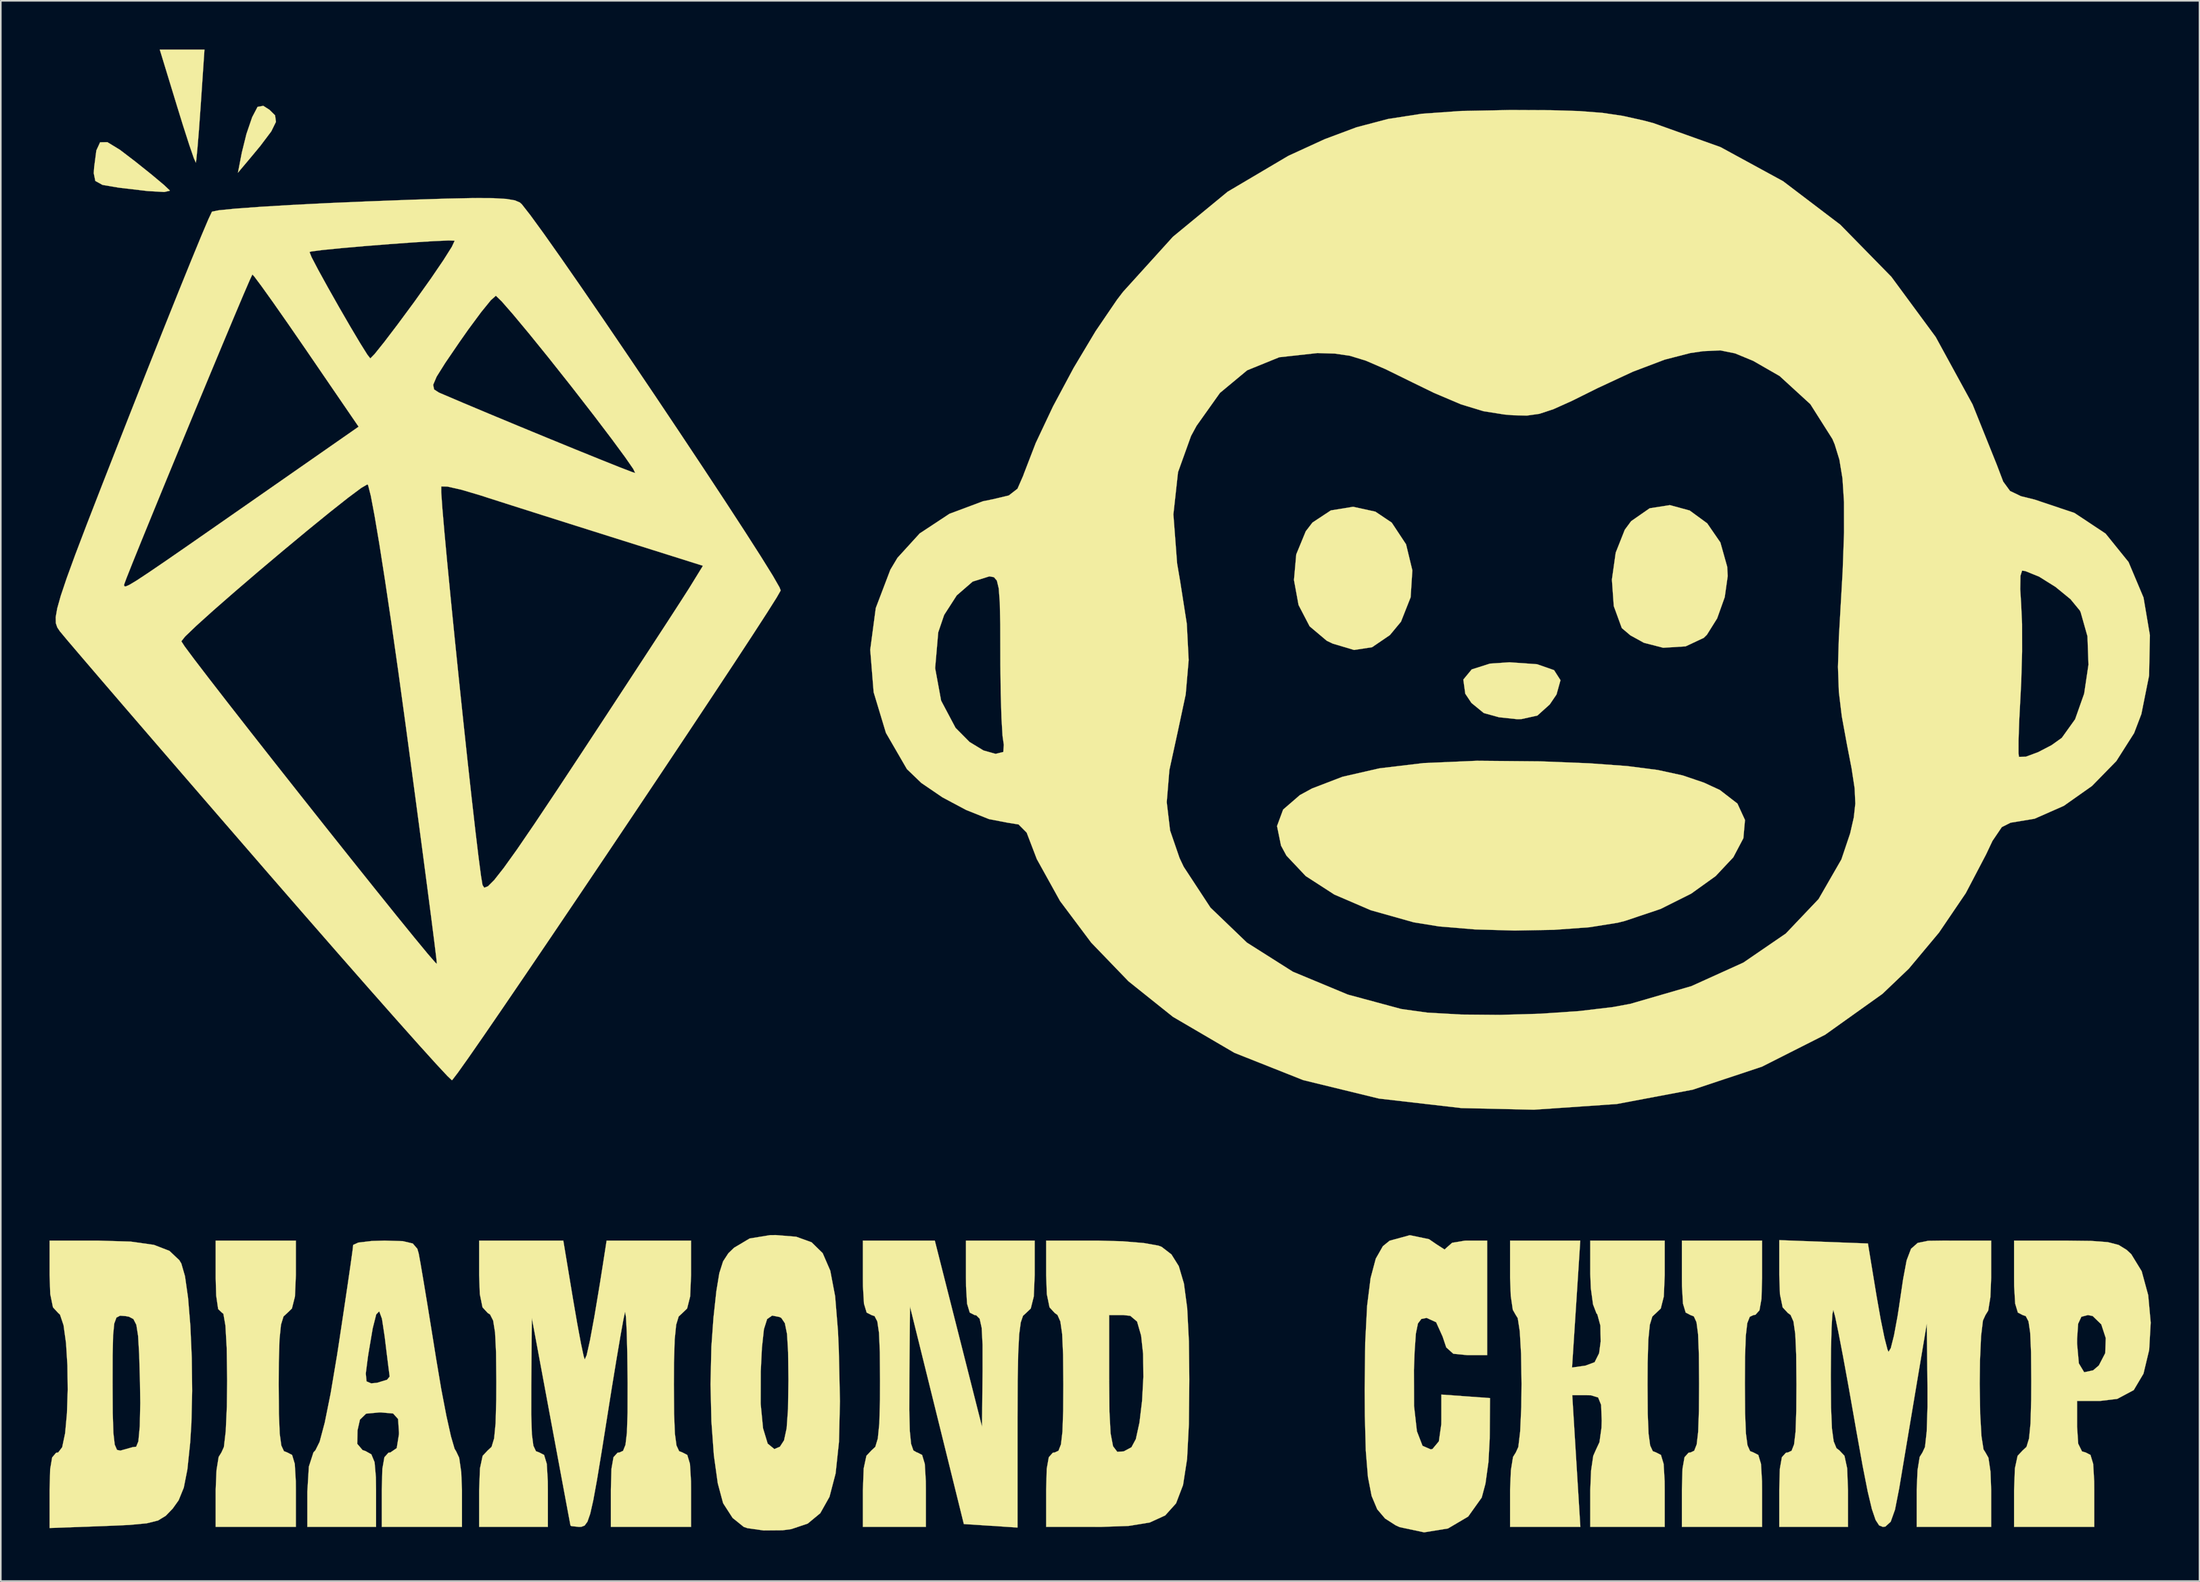
<source format=kicad_pcb>
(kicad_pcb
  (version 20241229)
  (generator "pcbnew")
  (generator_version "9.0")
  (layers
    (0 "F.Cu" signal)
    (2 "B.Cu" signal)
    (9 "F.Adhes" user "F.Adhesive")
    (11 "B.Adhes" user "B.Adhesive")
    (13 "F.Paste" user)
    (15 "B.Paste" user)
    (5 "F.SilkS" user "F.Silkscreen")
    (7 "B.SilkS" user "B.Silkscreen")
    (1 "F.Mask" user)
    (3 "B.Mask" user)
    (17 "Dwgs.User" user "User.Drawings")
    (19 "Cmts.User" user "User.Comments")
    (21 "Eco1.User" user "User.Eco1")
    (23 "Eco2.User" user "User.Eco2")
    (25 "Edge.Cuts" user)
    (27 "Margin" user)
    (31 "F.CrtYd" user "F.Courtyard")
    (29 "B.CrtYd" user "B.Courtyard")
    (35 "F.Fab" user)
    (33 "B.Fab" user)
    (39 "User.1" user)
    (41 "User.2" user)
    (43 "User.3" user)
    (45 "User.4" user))
  (footprint "dc_"
    (layer "F.Cu")
    (at 64.563 45.513)
    (property "Reference" "dc_" (at 0 0 0) (layer "F.SilkS") (effects (font (size 1.524 1.524) (thickness 0.3))))
    (attr through_hole)
    (fp_poly (pts (xy -55.251 -42.069) (xy -55.356 -40.597) (xy -55.452 -39.421) (xy -55.524 -38.697) (xy -55.551 -38.542) (xy -55.674 -38.82) (xy -55.955 -39.637) (xy -56.348 -40.86) (xy -56.695 -41.982) (xy -57.772 -45.508) (xy -55.019 -45.508) (xy -55.251 -42.069)) (stroke (width 0.01) (type solid)) (fill yes) (layer "F.SilkS"))
    (fp_poly (pts (xy -51.015 -41.799) (xy -50.67 -41.458) (xy -50.615 -41.057) (xy -50.903 -40.469) (xy -51.584 -39.566) (xy -52.215 -38.806) (xy -52.957 -37.924) (xy -52.719 -39.158) (xy -52.432 -40.316) (xy -52.081 -41.344) (xy -51.748 -41.98) (xy -51.396 -42.043) (xy -51.015 -41.799)) (stroke (width 0.01) (type solid)) (fill yes) (layer "F.SilkS"))
    (fp_poly (pts (xy -60.225 -39.333) (xy -59.268 -38.602) (xy -58.261 -37.795) (xy -57.513 -37.168) (xy -57.161 -36.835) (xy -57.15 -36.813) (xy -57.494 -36.734) (xy -58.52 -36.793) (xy -60.217 -36.992) (xy -60.325 -37.006) (xy -61.296 -37.17) (xy -61.742 -37.415) (xy -61.839 -37.894) (xy -61.812 -38.276) (xy -61.679 -39.293) (xy -61.447 -39.798) (xy -61.001 -39.806) (xy -60.225 -39.333)) (stroke (width 0.01) (type solid)) (fill yes) (layer "F.SilkS"))
    (fp_poly (pts (xy 27.065 -7.641) (xy 28.11 -7.276) (xy 28.506 -6.657) (xy 28.261 -5.777) (xy 27.844 -5.163) (xy 27.082 -4.478) (xy 26.091 -4.259) (xy 25.815 -4.257) (xy 24.721 -4.373) (xy 23.815 -4.623) (xy 23.765 -4.646) (xy 23.02 -5.256) (xy 22.641 -5.823) (xy 22.52 -6.695) (xy 23.038 -7.322) (xy 24.165 -7.68) (xy 25.363 -7.761) (xy 27.065 -7.641)) (stroke (width 0.01) (type solid)) (fill yes) (layer "F.SilkS"))
    (fp_poly (pts (xy 17.105 -17.041) (xy 18.111 -16.365) (xy 18.994 -15.028) (xy 19.381 -13.424) (xy 19.275 -11.764) (xy 18.681 -10.261) (xy 17.998 -9.437) (xy 16.901 -8.689) (xy 15.793 -8.519) (xy 14.476 -8.911) (xy 14.111 -9.085) (xy 13.053 -9.977) (xy 12.371 -11.289) (xy 12.089 -12.829) (xy 12.229 -14.408) (xy 12.815 -15.832) (xy 13.229 -16.371) (xy 14.361 -17.118) (xy 15.732 -17.341) (xy 17.105 -17.041)) (stroke (width 0.01) (type solid)) (fill yes) (layer "F.SilkS"))
    (fp_poly (pts (xy 36.464 -17.111) (xy 37.543 -16.321) (xy 38.354 -15.143) (xy 38.774 -13.648) (xy 38.806 -13.076) (xy 38.623 -11.776) (xy 38.155 -10.464) (xy 37.523 -9.454) (xy 37.327 -9.263) (xy 36.211 -8.741) (xy 34.833 -8.655) (xy 33.644 -8.961) (xy 32.812 -9.419) (xy 32.291 -9.86) (xy 32.275 -9.885) (xy 31.787 -11.224) (xy 31.672 -12.857) (xy 31.906 -14.514) (xy 32.466 -15.928) (xy 32.858 -16.457) (xy 33.998 -17.249) (xy 35.241 -17.444) (xy 36.464 -17.111)) (stroke (width 0.01) (type solid)) (fill yes) (layer "F.SilkS"))
    (fp_poly (pts (xy 27.244 -1.658) (xy 27.34 -1.655) (xy 30.269 -1.538) (xy 32.613 -1.368) (xy 34.493 -1.126) (xy 36.029 -0.792) (xy 37.342 -0.346) (xy 38.322 0.108) (xy 39.404 0.944) (xy 39.87 1.956) (xy 39.77 3.08) (xy 39.151 4.253) (xy 38.063 5.412) (xy 36.553 6.495) (xy 34.671 7.437) (xy 32.465 8.177) (xy 32.021 8.288) (xy 30.296 8.563) (xy 28.104 8.723) (xy 25.675 8.767) (xy 23.238 8.697) (xy 21.023 8.512) (xy 19.466 8.26) (xy 16.822 7.516) (xy 14.575 6.549) (xy 12.813 5.41) (xy 11.625 4.151) (xy 11.291 3.533) (xy 11.045 2.33) (xy 11.421 1.313) (xy 12.451 0.422) (xy 13.198 0.015) (xy 15.077 -0.707) (xy 17.348 -1.227) (xy 20.084 -1.553) (xy 23.359 -1.693) (xy 27.244 -1.658)) (stroke (width 0.01) (type solid)) (fill yes) (layer "F.SilkS"))
    (fp_poly (pts (xy -49.389 29.997) (xy -49.445 31.312) (xy -49.632 32.054) (xy -49.918 32.328) (xy -50.15 32.543) (xy -50.306 33.053) (xy -50.398 33.967) (xy -50.44 35.399) (xy -50.447 36.727) (xy -50.434 38.543) (xy -50.384 39.762) (xy -50.285 40.492) (xy -50.123 40.842) (xy -49.918 40.922) (xy -49.621 41.075) (xy -49.456 41.622) (xy -49.393 42.695) (xy -49.389 43.215) (xy -49.389 45.508) (xy -54.328 45.508) (xy -54.328 43.215) (xy -54.278 42.017) (xy -54.146 41.197) (xy -53.975 40.922) (xy -53.822 40.583) (xy -53.709 39.614) (xy -53.64 38.093) (xy -53.622 36.492) (xy -53.649 34.488) (xy -53.727 33.108) (xy -53.853 32.381) (xy -53.975 32.279) (xy -54.176 32.086) (xy -54.297 31.257) (xy -54.328 30.183) (xy -54.328 27.869) (xy -49.389 27.869) (xy -49.389 29.997)) (stroke (width 0.01) (type solid)) (fill yes) (layer "F.SilkS"))
    (fp_poly (pts (xy 40.922 30.163) (xy 40.887 31.449) (xy 40.761 32.164) (xy 40.513 32.439) (xy 40.393 32.456) (xy 40.165 32.562) (xy 40.011 32.952) (xy 39.919 33.735) (xy 39.874 35.017) (xy 39.864 36.689) (xy 39.877 38.514) (xy 39.926 39.742) (xy 40.024 40.481) (xy 40.184 40.838) (xy 40.393 40.922) (xy 40.69 41.075) (xy 40.855 41.622) (xy 40.918 42.695) (xy 40.922 43.215) (xy 40.922 45.508) (xy 35.983 45.508) (xy 35.983 43.215) (xy 36.019 41.929) (xy 36.145 41.214) (xy 36.392 40.939) (xy 36.513 40.922) (xy 36.741 40.816) (xy 36.894 40.426) (xy 36.986 39.643) (xy 37.031 38.36) (xy 37.042 36.689) (xy 37.028 34.864) (xy 36.98 33.636) (xy 36.882 32.897) (xy 36.721 32.54) (xy 36.513 32.456) (xy 36.216 32.302) (xy 36.051 31.755) (xy 35.987 30.683) (xy 35.983 30.163) (xy 35.983 27.869) (xy 40.922 27.869) (xy 40.922 30.163)) (stroke (width 0.01) (type solid)) (fill yes) (layer "F.SilkS"))
    (fp_poly (pts (xy 20.406 27.781) (xy 20.874 28.101) (xy 21.366 28.417) (xy 21.519 28.277) (xy 21.832 28.002) (xy 22.619 27.872) (xy 22.754 27.869) (xy 23.989 27.869) (xy 23.989 34.925) (xy 22.764 34.925) (xy 21.905 34.841) (xy 21.469 34.45) (xy 21.243 33.778) (xy 20.845 32.898) (xy 20.262 32.632) (xy 19.936 32.695) (xy 19.725 32.974) (xy 19.597 33.601) (xy 19.52 34.708) (xy 19.478 35.839) (xy 19.485 38.054) (xy 19.662 39.615) (xy 20.008 40.511) (xy 20.52 40.733) (xy 20.626 40.701) (xy 21.013 40.237) (xy 21.163 39.186) (xy 21.167 38.924) (xy 21.167 37.354) (xy 22.666 37.462) (xy 24.165 37.571) (xy 24.146 40.066) (xy 24.068 41.512) (xy 23.885 42.838) (xy 23.655 43.699) (xy 22.82 44.87) (xy 21.576 45.604) (xy 20.107 45.842) (xy 18.599 45.522) (xy 18.344 45.405) (xy 17.699 44.99) (xy 17.216 44.421) (xy 16.872 43.601) (xy 16.645 42.431) (xy 16.513 40.812) (xy 16.454 38.646) (xy 16.444 37.042) (xy 16.477 34.143) (xy 16.595 31.879) (xy 16.808 30.181) (xy 17.127 28.981) (xy 17.565 28.212) (xy 17.98 27.875) (xy 19.226 27.535) (xy 20.406 27.781)) (stroke (width 0.01) (type solid)) (fill yes) (layer "F.SilkS"))
    (fp_poly (pts (xy -18.57 27.63) (xy -17.624 27.972) (xy -16.94 28.641) (xy -16.472 29.721) (xy -16.173 31.296) (xy -15.997 33.451) (xy -15.946 34.62) (xy -15.877 37.76) (xy -15.936 40.268) (xy -16.143 42.211) (xy -16.52 43.653) (xy -17.087 44.663) (xy -17.863 45.304) (xy -18.871 45.643) (xy -19.414 45.716) (xy -20.581 45.726) (xy -21.579 45.584) (xy -21.8 45.51) (xy -22.488 44.955) (xy -23.056 44.075) (xy -23.082 44.015) (xy -23.402 42.821) (xy -23.642 41.095) (xy -23.794 39.006) (xy -23.819 37.93) (xy -20.759 37.93) (xy -20.613 39.432) (xy -20.327 40.376) (xy -19.917 40.712) (xy -19.573 40.565) (xy -19.321 40.176) (xy -19.16 39.432) (xy -19.074 38.217) (xy -19.05 36.458) (xy -19.069 34.748) (xy -19.136 33.622) (xy -19.27 32.958) (xy -19.486 32.636) (xy -19.594 32.577) (xy -20.052 32.487) (xy -20.361 32.703) (xy -20.559 33.328) (xy -20.682 34.466) (xy -20.754 35.924) (xy -20.759 37.93) (xy -23.819 37.93) (xy -23.848 36.723) (xy -23.796 34.417) (xy -23.668 32.632) (xy -23.489 30.981) (xy -23.307 29.874) (xy -23.077 29.15) (xy -22.75 28.648) (xy -22.401 28.31) (xy -21.438 27.737) (xy -20.181 27.532) (xy -19.824 27.528) (xy -18.57 27.63)) (stroke (width 0.01) (type solid)) (fill yes) (layer "F.SilkS"))
    (fp_poly (pts (xy 1.536 27.91) (xy 2.842 28.019) (xy 3.735 28.177) (xy 3.934 28.251) (xy 4.542 28.719) (xy 4.995 29.443) (xy 5.312 30.516) (xy 5.513 32.028) (xy 5.617 34.07) (xy 5.642 36.413) (xy 5.616 39.182) (xy 5.505 41.327) (xy 5.258 42.925) (xy 4.826 44.057) (xy 4.157 44.801) (xy 3.2 45.238) (xy 1.906 45.447) (xy 0.223 45.507) (xy -0.159 45.508) (xy -3.175 45.508) (xy -3.175 43.215) (xy -3.14 41.929) (xy -3.013 41.214) (xy -2.766 40.939) (xy -2.646 40.922) (xy -2.417 40.816) (xy -2.263 40.424) (xy -2.171 39.638) (xy -2.127 38.35) (xy -2.117 36.727) (xy -2.133 34.879) (xy -2.189 33.624) (xy -2.3 32.851) (xy -2.475 32.456) (xy 0.706 32.456) (xy 0.706 36.454) (xy 0.723 38.408) (xy 0.794 39.742) (xy 0.945 40.538) (xy 1.206 40.881) (xy 1.604 40.855) (xy 2.079 40.6) (xy 2.349 40.097) (xy 2.572 39.08) (xy 2.733 37.739) (xy 2.813 36.266) (xy 2.797 34.851) (xy 2.674 33.719) (xy 2.425 32.856) (xy 2.007 32.503) (xy 1.572 32.456) (xy 0.706 32.456) (xy -2.475 32.456) (xy -2.479 32.448) (xy -2.646 32.328) (xy -2.968 31.979) (xy -3.134 31.164) (xy -3.175 29.997) (xy -3.175 27.869) (xy 0.023 27.869) (xy 1.536 27.91)) (stroke (width 0.01) (type solid)) (fill yes) (layer "F.SilkS"))
    (fp_poly (pts (xy 61.189 27.887) (xy 62.213 27.963) (xy 62.883 28.135) (xy 63.374 28.438) (xy 63.661 28.704) (xy 64.304 29.754) (xy 64.706 31.232) (xy 64.86 32.922) (xy 64.765 34.606) (xy 64.415 36.067) (xy 63.815 37.079) (xy 62.799 37.621) (xy 61.736 37.747) (xy 60.325 37.747) (xy 60.325 39.335) (xy 60.394 40.381) (xy 60.63 40.858) (xy 60.854 40.922) (xy 61.151 41.075) (xy 61.316 41.622) (xy 61.379 42.695) (xy 61.383 43.215) (xy 61.383 45.508) (xy 56.444 45.508) (xy 56.444 43.253) (xy 56.494 41.904) (xy 56.661 41.127) (xy 56.973 40.795) (xy 56.974 40.795) (xy 57.209 40.576) (xy 57.366 40.058) (xy 57.457 39.127) (xy 57.497 37.672) (xy 57.503 36.524) (xy 57.489 34.739) (xy 57.466 34.219) (xy 60.325 34.219) (xy 60.434 35.434) (xy 60.762 35.98) (xy 61.313 35.861) (xy 61.666 35.56) (xy 62.059 34.801) (xy 62.091 33.875) (xy 61.815 33.03) (xy 61.284 32.515) (xy 60.993 32.456) (xy 60.59 32.561) (xy 60.39 32.99) (xy 60.327 33.912) (xy 60.325 34.219) (xy 57.466 34.219) (xy 57.437 33.55) (xy 57.333 32.847) (xy 57.163 32.52) (xy 56.974 32.456) (xy 56.677 32.302) (xy 56.512 31.755) (xy 56.448 30.683) (xy 56.444 30.163) (xy 56.444 27.869) (xy 59.635 27.869) (xy 61.189 27.887)) (stroke (width 0.01) (type solid)) (fill yes) (layer "F.SilkS"))
    (fp_poly (pts (xy -8.579 33.602) (xy -7.126 39.335) (xy -7.091 35.895) (xy -7.092 34.277) (xy -7.146 33.245) (xy -7.271 32.682) (xy -7.483 32.469) (xy -7.585 32.456) (xy -7.882 32.302) (xy -8.047 31.755) (xy -8.11 30.683) (xy -8.114 30.163) (xy -8.114 27.869) (xy -3.881 27.869) (xy -3.881 29.997) (xy -3.937 31.312) (xy -4.123 32.054) (xy -4.41 32.328) (xy -4.6 32.5) (xy -4.74 32.911) (xy -4.837 33.652) (xy -4.897 34.814) (xy -4.929 36.489) (xy -4.939 38.768) (xy -4.939 39.039) (xy -4.939 45.547) (xy -6.592 45.439) (xy -8.245 45.332) (xy -9.903 38.629) (xy -11.562 31.926) (xy -11.602 36.424) (xy -11.607 38.311) (xy -11.574 39.598) (xy -11.494 40.392) (xy -11.352 40.797) (xy -11.14 40.921) (xy -11.113 40.922) (xy -10.816 41.075) (xy -10.651 41.622) (xy -10.587 42.695) (xy -10.583 43.215) (xy -10.583 45.508) (xy -14.464 45.508) (xy -14.464 43.253) (xy -14.414 41.904) (xy -14.247 41.127) (xy -13.936 40.795) (xy -13.935 40.795) (xy -13.699 40.576) (xy -13.543 40.058) (xy -13.451 39.127) (xy -13.411 37.672) (xy -13.406 36.524) (xy -13.42 34.739) (xy -13.471 33.55) (xy -13.575 32.847) (xy -13.745 32.52) (xy -13.935 32.456) (xy -14.232 32.302) (xy -14.397 31.755) (xy -14.46 30.683) (xy -14.464 30.163) (xy -14.464 27.869) (xy -10.033 27.869) (xy -8.579 33.602)) (stroke (width 0.01) (type solid)) (fill yes) (layer "F.SilkS"))
    (fp_poly (pts (xy 29.471 31.779) (xy 29.217 35.688) (xy 30.043 35.571) (xy 30.606 35.362) (xy 30.884 34.809) (xy 30.98 34.085) (xy 30.963 33.107) (xy 30.777 32.421) (xy 30.716 32.339) (xy 30.51 31.8) (xy 30.374 30.804) (xy 30.339 29.916) (xy 30.339 27.869) (xy 34.925 27.869) (xy 34.925 29.997) (xy 34.869 31.312) (xy 34.682 32.054) (xy 34.396 32.328) (xy 34.164 32.543) (xy 34.008 33.053) (xy 33.916 33.967) (xy 33.874 35.399) (xy 33.867 36.727) (xy 33.88 38.543) (xy 33.93 39.762) (xy 34.029 40.492) (xy 34.191 40.842) (xy 34.396 40.922) (xy 34.693 41.075) (xy 34.858 41.622) (xy 34.921 42.695) (xy 34.925 43.215) (xy 34.925 45.508) (xy 30.339 45.508) (xy 30.339 43.236) (xy 30.39 42.032) (xy 30.523 41.129) (xy 30.692 40.746) (xy 30.906 40.289) (xy 31.031 39.394) (xy 31.044 38.961) (xy 31.008 37.99) (xy 30.824 37.534) (xy 30.383 37.4) (xy 30.137 37.394) (xy 29.23 37.394) (xy 29.479 41.451) (xy 29.729 45.508) (xy 25.4 45.508) (xy 25.4 43.215) (xy 25.45 42.017) (xy 25.582 41.197) (xy 25.753 40.922) (xy 25.908 40.583) (xy 26.022 39.62) (xy 26.09 38.114) (xy 26.106 36.689) (xy 26.077 34.831) (xy 25.997 33.456) (xy 25.872 32.645) (xy 25.753 32.456) (xy 25.568 32.132) (xy 25.442 31.273) (xy 25.4 30.163) (xy 25.4 27.869) (xy 29.724 27.869) (xy 29.471 31.779)) (stroke (width 0.01) (type solid)) (fill yes) (layer "F.SilkS"))
    (fp_poly (pts (xy -59.568 27.929) (xy -58.136 28.13) (xy -57.174 28.502) (xy -56.567 29.077) (xy -56.445 29.279) (xy -56.218 30.063) (xy -56.029 31.395) (xy -55.888 33.119) (xy -55.801 35.08) (xy -55.777 37.121) (xy -55.822 39.086) (xy -55.9 40.33) (xy -56.072 41.971) (xy -56.292 43.089) (xy -56.609 43.867) (xy -56.976 44.381) (xy -57.406 44.826) (xy -57.882 45.114) (xy -58.571 45.286) (xy -59.639 45.387) (xy -61.176 45.454) (xy -64.558 45.576) (xy -64.558 43.249) (xy -64.524 41.952) (xy -64.401 41.227) (xy -64.159 40.942) (xy -64.029 40.922) (xy -63.783 40.598) (xy -63.602 39.736) (xy -63.489 38.499) (xy -63.442 37.051) (xy -63.446 36.702) (xy -60.678 36.702) (xy -60.668 38.511) (xy -60.629 39.721) (xy -60.547 40.436) (xy -60.406 40.763) (xy -60.194 40.807) (xy -60.12 40.784) (xy -59.44 40.593) (xy -59.226 40.569) (xy -59.09 40.235) (xy -59.003 39.302) (xy -58.973 37.875) (xy -58.991 36.601) (xy -59.041 34.88) (xy -59.107 33.741) (xy -59.215 33.057) (xy -59.395 32.704) (xy -59.671 32.558) (xy -59.884 32.519) (xy -60.216 32.495) (xy -60.44 32.61) (xy -60.576 32.978) (xy -60.647 33.713) (xy -60.674 34.927) (xy -60.678 36.702) (xy -63.446 36.702) (xy -63.461 35.556) (xy -63.547 34.178) (xy -63.699 33.082) (xy -63.918 32.429) (xy -64.029 32.328) (xy -64.351 31.979) (xy -64.518 31.164) (xy -64.558 29.997) (xy -64.558 27.869) (xy -61.583 27.869) (xy -59.568 27.929)) (stroke (width 0.01) (type solid)) (fill yes) (layer "F.SilkS"))
    (fp_poly (pts (xy -42.799 27.902) (xy -42.187 28.047) (xy -41.906 28.375) (xy -41.823 28.663) (xy -41.711 29.273) (xy -41.513 30.442) (xy -41.251 32.03) (xy -40.949 33.898) (xy -40.757 35.101) (xy -40.436 37.009) (xy -40.12 38.656) (xy -39.838 39.922) (xy -39.614 40.689) (xy -39.511 40.863) (xy -39.329 41.249) (xy -39.202 42.14) (xy -39.158 43.245) (xy -39.158 45.508) (xy -44.097 45.508) (xy -44.097 43.215) (xy -44.062 41.929) (xy -43.936 41.214) (xy -43.688 40.939) (xy -43.568 40.922) (xy -43.177 40.654) (xy -43.04 39.8) (xy -43.039 39.688) (xy -43.094 38.86) (xy -43.4 38.52) (xy -44.165 38.453) (xy -44.234 38.453) (xy -45.063 38.531) (xy -45.442 38.899) (xy -45.591 39.558) (xy -45.609 40.388) (xy -45.281 40.773) (xy -45.101 40.834) (xy -44.739 41.038) (xy -44.54 41.521) (xy -44.46 42.446) (xy -44.45 43.256) (xy -44.45 45.508) (xy -48.683 45.508) (xy -48.683 43.342) (xy -48.589 41.794) (xy -48.307 40.918) (xy -48.184 40.785) (xy -47.925 40.263) (xy -47.611 39.084) (xy -47.25 37.294) (xy -47.042 36.058) (xy -45.083 36.058) (xy -45.036 36.541) (xy -44.751 36.664) (xy -44.388 36.629) (xy -43.773 36.441) (xy -43.611 36.243) (xy -43.673 35.774) (xy -43.792 34.824) (xy -43.92 33.773) (xy -44.086 32.684) (xy -44.254 32.225) (xy -44.439 32.414) (xy -44.655 33.269) (xy -44.916 34.807) (xy -44.953 35.048) (xy -45.083 36.058) (xy -47.042 36.058) (xy -46.854 34.937) (xy -46.77 34.396) (xy -46.471 32.415) (xy -46.213 30.678) (xy -46.013 29.306) (xy -45.89 28.417) (xy -45.859 28.134) (xy -45.541 27.989) (xy -44.72 27.893) (xy -43.928 27.869) (xy -42.799 27.902)) (stroke (width 0.01) (type solid)) (fill yes) (layer "F.SilkS"))
    (fp_poly (pts (xy -32.318 31.471) (xy -32.059 32.976) (xy -31.831 34.198) (xy -31.664 34.983) (xy -31.598 35.194) (xy -31.478 34.929) (xy -31.275 34.024) (xy -31 32.535) (xy -30.664 30.521) (xy -30.482 29.369) (xy -30.249 27.869) (xy -25.047 27.869) (xy -25.047 29.997) (xy -25.103 31.312) (xy -25.29 32.054) (xy -25.576 32.328) (xy -25.809 32.543) (xy -25.964 33.053) (xy -26.056 33.967) (xy -26.099 35.399) (xy -26.106 36.727) (xy -26.092 38.543) (xy -26.043 39.762) (xy -25.944 40.492) (xy -25.781 40.842) (xy -25.576 40.922) (xy -25.28 41.075) (xy -25.115 41.622) (xy -25.051 42.695) (xy -25.047 43.215) (xy -25.047 45.508) (xy -29.986 45.508) (xy -29.986 43.215) (xy -29.951 41.929) (xy -29.825 41.214) (xy -29.577 40.939) (xy -29.457 40.922) (xy -29.236 40.821) (xy -29.086 40.448) (xy -28.998 39.696) (xy -28.958 38.461) (xy -28.954 36.636) (xy -28.956 36.424) (xy -28.976 34.775) (xy -29.011 33.453) (xy -29.056 32.577) (xy -29.108 32.265) (xy -29.118 32.279) (xy -29.215 32.731) (xy -29.399 33.756) (xy -29.649 35.231) (xy -29.944 37.032) (xy -30.17 38.453) (xy -30.548 40.836) (xy -30.841 42.612) (xy -31.07 43.869) (xy -31.258 44.697) (xy -31.428 45.186) (xy -31.603 45.424) (xy -31.804 45.502) (xy -31.95 45.508) (xy -32.417 45.458) (xy -32.475 45.42) (xy -32.542 45.062) (xy -32.718 44.122) (xy -32.981 42.708) (xy -33.311 40.932) (xy -33.674 38.982) (xy -34.854 32.632) (xy -34.889 36.777) (xy -34.891 38.578) (xy -34.853 39.783) (xy -34.76 40.503) (xy -34.6 40.845) (xy -34.396 40.922) (xy -34.099 41.075) (xy -33.934 41.622) (xy -33.871 42.695) (xy -33.867 43.215) (xy -33.867 45.508) (xy -38.1 45.508) (xy -38.1 43.253) (xy -38.05 41.904) (xy -37.884 41.127) (xy -37.572 40.795) (xy -37.571 40.795) (xy -37.334 40.574) (xy -37.177 40.054) (xy -37.086 39.119) (xy -37.047 37.657) (xy -37.042 36.561) (xy -37.059 34.753) (xy -37.119 33.536) (xy -37.237 32.796) (xy -37.427 32.421) (xy -37.571 32.328) (xy -37.893 31.979) (xy -38.059 31.164) (xy -38.1 29.997) (xy -38.1 27.869) (xy -32.916 27.869) (xy -32.318 31.471)) (stroke (width 0.01) (type solid)) (fill yes) (layer "F.SilkS"))
    (fp_poly (pts (xy 44.711 27.943) (xy 47.442 28.046) (xy 47.974 31.284) (xy 48.228 32.719) (xy 48.464 33.874) (xy 48.648 34.584) (xy 48.711 34.722) (xy 48.85 34.494) (xy 49.047 33.715) (xy 49.266 32.531) (xy 49.347 32.013) (xy 49.606 30.26) (xy 49.826 29.085) (xy 50.096 28.374) (xy 50.507 28.011) (xy 51.15 27.88) (xy 52.113 27.867) (xy 52.588 27.869) (xy 55.033 27.869) (xy 55.033 30.163) (xy 54.983 31.361) (xy 54.851 32.181) (xy 54.681 32.456) (xy 54.526 32.794) (xy 54.411 33.757) (xy 54.344 35.264) (xy 54.328 36.689) (xy 54.356 38.547) (xy 54.436 39.922) (xy 54.562 40.733) (xy 54.681 40.922) (xy 54.865 41.246) (xy 54.991 42.104) (xy 55.033 43.215) (xy 55.033 45.508) (xy 50.447 45.508) (xy 50.447 43.215) (xy 50.497 42.017) (xy 50.629 41.197) (xy 50.8 40.922) (xy 50.957 40.583) (xy 51.063 39.619) (xy 51.111 38.11) (xy 51.11 36.953) (xy 51.068 32.985) (xy 50.417 36.865) (xy 50.101 38.752) (xy 49.779 40.673) (xy 49.499 42.349) (xy 49.369 43.127) (xy 49.11 44.446) (xy 48.845 45.189) (xy 48.52 45.486) (xy 48.363 45.508) (xy 48.131 45.415) (xy 47.914 45.079) (xy 47.687 44.414) (xy 47.429 43.332) (xy 47.117 41.748) (xy 46.727 39.576) (xy 46.609 38.901) (xy 46.244 36.831) (xy 45.911 35.009) (xy 45.63 33.547) (xy 45.424 32.555) (xy 45.313 32.143) (xy 45.31 32.14) (xy 45.251 32.408) (xy 45.202 33.254) (xy 45.169 34.547) (xy 45.156 36.16) (xy 45.156 36.288) (xy 45.171 38.162) (xy 45.225 39.441) (xy 45.332 40.235) (xy 45.504 40.657) (xy 45.685 40.795) (xy 45.997 41.126) (xy 46.164 41.901) (xy 46.214 43.249) (xy 46.214 43.253) (xy 46.214 45.508) (xy 41.981 45.508) (xy 41.981 43.215) (xy 42.016 41.929) (xy 42.142 41.214) (xy 42.39 40.939) (xy 42.51 40.922) (xy 42.739 40.816) (xy 42.893 40.424) (xy 42.985 39.638) (xy 43.029 38.35) (xy 43.039 36.727) (xy 43.023 34.879) (xy 42.966 33.624) (xy 42.855 32.851) (xy 42.677 32.448) (xy 42.51 32.328) (xy 42.189 31.981) (xy 42.022 31.171) (xy 41.981 29.982) (xy 41.981 27.84) (xy 44.711 27.943)) (stroke (width 0.01) (type solid)) (fill yes) (layer "F.SilkS"))
    (fp_poly (pts (xy 27.886 -41.774) (xy 29.665 -41.721) (xy 31.09 -41.61) (xy 32.334 -41.426) (xy 33.575 -41.15) (xy 34.219 -40.981) (xy 38.363 -39.5) (xy 42.216 -37.399) (xy 45.738 -34.722) (xy 48.885 -31.51) (xy 51.615 -27.804) (xy 53.887 -23.648) (xy 55.379 -19.933) (xy 55.775 -18.891) (xy 56.196 -18.315) (xy 56.871 -17.992) (xy 57.713 -17.784) (xy 60.164 -16.961) (xy 62.081 -15.688) (xy 63.495 -13.937) (xy 64.418 -11.747) (xy 64.81 -9.428) (xy 64.759 -6.937) (xy 64.285 -4.571) (xy 63.837 -3.396) (xy 62.744 -1.676) (xy 61.245 -0.142) (xy 59.508 1.084) (xy 57.704 1.879) (xy 56.227 2.123) (xy 55.689 2.394) (xy 55.112 3.246) (xy 54.717 4.081) (xy 53.47 6.461) (xy 51.82 8.892) (xy 49.961 11.116) (xy 48.338 12.666) (xy 44.807 15.185) (xy 40.919 17.151) (xy 36.649 18.572) (xy 31.973 19.454) (xy 26.865 19.805) (xy 22.401 19.704) (xy 17.322 19.118) (xy 12.66 17.982) (xy 8.426 16.302) (xy 4.634 14.082) (xy 1.895 11.892) (xy -0.399 9.512) (xy -2.317 6.951) (xy -3.75 4.366) (xy -4.375 2.734) (xy -4.876 2.23) (xy -5.577 2.117) (xy -6.693 1.902) (xy -8.101 1.34) (xy -9.004 0.858) (xy 4.252 0.858) (xy 4.459 2.604) (xy 5.043 4.303) (xy 5.298 4.84) (xy 6.946 7.354) (xy 9.193 9.512) (xy 12.02 11.302) (xy 15.41 12.712) (xy 18.697 13.6) (xy 20.295 13.822) (xy 22.39 13.941) (xy 24.781 13.962) (xy 27.269 13.89) (xy 29.653 13.728) (xy 31.733 13.481) (xy 32.808 13.282) (xy 36.571 12.19) (xy 39.768 10.742) (xy 42.384 8.95) (xy 44.402 6.827) (xy 45.807 4.386) (xy 46.347 2.781) (xy 46.572 1.799) (xy 46.666 0.944) (xy 46.624 0.007) (xy 46.436 -1.225) (xy 46.257 -2.148) (xy 56.718 -2.148) (xy 56.745 -1.933) (xy 57.163 -1.942) (xy 57.918 -2.22) (xy 58.754 -2.655) (xy 59.383 -3.104) (xy 60.203 -4.249) (xy 60.761 -5.829) (xy 61.026 -7.611) (xy 60.964 -9.364) (xy 60.542 -10.854) (xy 60.494 -10.95) (xy 59.921 -11.647) (xy 59 -12.401) (xy 57.983 -13.038) (xy 57.123 -13.384) (xy 56.937 -13.406) (xy 56.837 -13.088) (xy 56.823 -12.264) (xy 56.878 -11.377) (xy 56.936 -10.116) (xy 56.938 -8.429) (xy 56.886 -6.594) (xy 56.841 -5.703) (xy 56.761 -4.18) (xy 56.719 -2.944) (xy 56.718 -2.148) (xy 46.257 -2.148) (xy 46.152 -2.687) (xy 45.832 -4.436) (xy 45.651 -5.941) (xy 45.597 -7.472) (xy 45.652 -9.298) (xy 45.716 -10.407) (xy 45.886 -13.383) (xy 45.971 -15.757) (xy 45.969 -17.626) (xy 45.875 -19.088) (xy 45.685 -20.243) (xy 45.395 -21.187) (xy 45.254 -21.519) (xy 43.895 -23.663) (xy 42.001 -25.397) (xy 40.376 -26.33) (xy 39.259 -26.792) (xy 38.346 -26.977) (xy 37.292 -26.927) (xy 36.496 -26.811) (xy 34.924 -26.406) (xy 32.951 -25.657) (xy 30.789 -24.651) (xy 29.203 -23.863) (xy 28.066 -23.352) (xy 27.202 -23.067) (xy 26.436 -22.96) (xy 25.59 -22.98) (xy 25.058 -23.024) (xy 23.76 -23.229) (xy 22.375 -23.652) (xy 20.715 -24.357) (xy 19.367 -25.014) (xy 17.729 -25.819) (xy 16.517 -26.342) (xy 15.539 -26.642) (xy 14.604 -26.779) (xy 13.532 -26.811) (xy 11.183 -26.553) (xy 9.205 -25.749) (xy 7.529 -24.356) (xy 6.088 -22.328) (xy 5.749 -21.703) (xy 4.947 -19.472) (xy 4.662 -16.872) (xy 4.891 -13.852) (xy 5.079 -12.749) (xy 5.488 -10.133) (xy 5.603 -7.898) (xy 5.42 -5.779) (xy 4.939 -3.528) (xy 4.415 -1.123) (xy 4.252 0.858) (xy -9.004 0.858) (xy -9.57 0.556) (xy -10.865 -0.327) (xy -11.752 -1.18) (xy -13.045 -3.413) (xy -13.801 -5.917) (xy -13.92 -7.4) (xy -10.013 -7.4) (xy -9.645 -5.398) (xy -8.756 -3.722) (xy -7.892 -2.85) (xy -7.035 -2.328) (xy -6.287 -2.119) (xy -5.815 -2.235) (xy -5.783 -2.675) (xy -5.861 -3.218) (xy -5.927 -4.321) (xy -5.973 -5.836) (xy -5.996 -7.617) (xy -5.997 -8.143) (xy -6.003 -10.092) (xy -6.031 -11.445) (xy -6.095 -12.309) (xy -6.211 -12.793) (xy -6.394 -13.004) (xy -6.659 -13.053) (xy -6.676 -13.053) (xy -7.702 -12.732) (xy -8.681 -11.884) (xy -9.458 -10.678) (xy -9.823 -9.605) (xy -10.013 -7.4) (xy -13.92 -7.4) (xy -14.011 -8.533) (xy -13.67 -11.102) (xy -12.77 -13.467) (xy -12.335 -14.195) (xy -10.965 -15.699) (xy -9.133 -16.908) (xy -7.061 -17.683) (xy -6.456 -17.806) (xy -5.478 -18.037) (xy -4.941 -18.453) (xy -4.585 -19.266) (xy -4.56 -19.343) (xy -3.817 -21.27) (xy -2.751 -23.528) (xy -1.482 -25.899) (xy -0.129 -28.161) (xy 1.19 -30.098) (xy 1.561 -30.583) (xy 4.635 -33.977) (xy 8.003 -36.751) (xy 11.718 -38.948) (xy 11.818 -38.997) (xy 13.983 -39.99) (xy 15.944 -40.723) (xy 17.88 -41.233) (xy 19.969 -41.556) (xy 22.389 -41.727) (xy 25.318 -41.784) (xy 25.576 -41.785) (xy 27.886 -41.774)) (stroke (width 0.01) (type solid)) (fill yes) (layer "F.SilkS"))
    (fp_poly (pts (xy -37.236 -36.355) (xy -36.418 -36.308) (xy -35.897 -36.219) (xy -35.591 -36.087) (xy -35.475 -35.983) (xy -34.944 -35.304) (xy -34.116 -34.167) (xy -33.044 -32.648) (xy -31.777 -30.823) (xy -30.367 -28.767) (xy -28.865 -26.556) (xy -27.32 -24.266) (xy -25.785 -21.972) (xy -24.309 -19.751) (xy -22.943 -17.678) (xy -21.739 -15.829) (xy -20.747 -14.28) (xy -20.017 -13.106) (xy -19.602 -12.383) (xy -19.525 -12.186) (xy -19.772 -11.753) (xy -20.362 -10.818) (xy -21.25 -9.447) (xy -22.39 -7.707) (xy -23.739 -5.666) (xy -25.25 -3.389) (xy -26.879 -0.945) (xy -28.581 1.599) (xy -30.31 4.177) (xy -32.023 6.722) (xy -33.673 9.166) (xy -35.216 11.443) (xy -36.607 13.485) (xy -37.801 15.226) (xy -38.753 16.598) (xy -39.418 17.534) (xy -39.75 17.968) (xy -39.778 17.99) (xy -40.053 17.731) (xy -40.745 16.988) (xy -41.808 15.812) (xy -43.197 14.253) (xy -44.869 12.361) (xy -46.777 10.187) (xy -48.878 7.781) (xy -51.128 5.194) (xy -51.682 4.554) (xy -53.978 1.903) (xy -56.148 -0.607) (xy -58.145 -2.92) (xy -59.923 -4.983) (xy -61.434 -6.741) (xy -62.632 -8.14) (xy -63.412 -9.055) (xy -56.444 -9.055) (xy -56.236 -8.736) (xy -55.649 -7.947) (xy -54.744 -6.765) (xy -53.581 -5.264) (xy -52.218 -3.519) (xy -50.715 -1.606) (xy -49.132 0.399) (xy -47.529 2.423) (xy -45.964 4.389) (xy -44.497 6.223) (xy -43.189 7.85) (xy -42.097 9.194) (xy -41.283 10.18) (xy -40.805 10.732) (xy -40.703 10.824) (xy -40.737 10.473) (xy -40.857 9.494) (xy -41.052 7.962) (xy -41.315 5.948) (xy -41.634 3.525) (xy -42.001 0.765) (xy -42.406 -2.259) (xy -42.638 -3.982) (xy -43.08 -7.201) (xy -43.502 -10.159) (xy -43.894 -12.788) (xy -44.243 -15.02) (xy -44.541 -16.787) (xy -44.774 -18.021) (xy -44.92 -18.596) (xy -40.435 -18.596) (xy -40.435 -18.225) (xy -40.366 -17.25) (xy -40.239 -15.769) (xy -40.064 -13.88) (xy -39.85 -11.68) (xy -39.609 -9.267) (xy -39.35 -6.738) (xy -39.083 -4.191) (xy -38.819 -1.725) (xy -38.566 0.565) (xy -38.337 2.579) (xy -38.14 4.221) (xy -37.986 5.393) (xy -37.892 5.965) (xy -37.785 6.128) (xy -37.558 6.04) (xy -37.171 5.653) (xy -36.59 4.915) (xy -35.774 3.777) (xy -34.687 2.187) (xy -33.291 0.097) (xy -31.808 -2.149) (xy -30.292 -4.456) (xy -28.867 -6.631) (xy -27.588 -8.586) (xy -26.513 -10.236) (xy -25.697 -11.496) (xy -25.196 -12.278) (xy -25.114 -12.409) (xy -24.316 -13.706) (xy -30.062 -15.516) (xy -32.159 -16.178) (xy -34.206 -16.826) (xy -36.028 -17.405) (xy -37.452 -17.86) (xy -38.034 -18.048) (xy -39.188 -18.39) (xy -40.052 -18.586) (xy -40.435 -18.596) (xy -44.92 -18.596) (xy -44.934 -18.653) (xy -44.979 -18.724) (xy -45.356 -18.506) (xy -46.159 -17.908) (xy -47.292 -17.012) (xy -48.657 -15.901) (xy -50.154 -14.658) (xy -51.687 -13.366) (xy -53.156 -12.106) (xy -54.465 -10.962) (xy -55.514 -10.016) (xy -56.207 -9.352) (xy -56.444 -9.055) (xy -63.412 -9.055) (xy -63.471 -9.124) (xy -63.902 -9.642) (xy -63.935 -9.683) (xy -64.085 -9.908) (xy -64.174 -10.172) (xy -64.182 -10.542) (xy -64.088 -11.083) (xy -63.869 -11.861) (xy -63.643 -12.533) (xy -59.972 -12.533) (xy -59.956 -12.446) (xy -59.866 -12.433) (xy -59.635 -12.537) (xy -59.199 -12.799) (xy -58.494 -13.264) (xy -57.455 -13.972) (xy -56.016 -14.966) (xy -54.113 -16.29) (xy -52.307 -17.548) (xy -45.525 -22.275) (xy -47.29 -24.855) (xy -40.932 -24.855) (xy -40.875 -24.571) (xy -40.592 -24.385) (xy -40.47 -24.331) (xy -39.126 -23.758) (xy -37.502 -23.076) (xy -35.721 -22.335) (xy -33.903 -21.585) (xy -32.17 -20.875) (xy -30.641 -20.256) (xy -29.439 -19.775) (xy -28.683 -19.484) (xy -28.486 -19.42) (xy -28.61 -19.677) (xy -29.113 -20.403) (xy -29.932 -21.516) (xy -31.008 -22.934) (xy -32.278 -24.572) (xy -32.512 -24.871) (xy -33.842 -26.549) (xy -35.032 -28.018) (xy -36.012 -29.195) (xy -36.711 -29.995) (xy -37.059 -30.333) (xy -37.076 -30.339) (xy -37.38 -30.067) (xy -37.976 -29.334) (xy -38.765 -28.267) (xy -39.301 -27.504) (xy -40.189 -26.202) (xy -40.718 -25.359) (xy -40.932 -24.855) (xy -47.29 -24.855) (xy -48.759 -27.004) (xy -49.848 -28.584) (xy -50.789 -29.93) (xy -51.516 -30.947) (xy -51.961 -31.54) (xy -52.069 -31.653) (xy -52.231 -31.305) (xy -52.62 -30.404) (xy -53.192 -29.05) (xy -53.907 -27.342) (xy -54.724 -25.381) (xy -55.602 -23.267) (xy -56.498 -21.098) (xy -57.373 -18.975) (xy -58.184 -16.997) (xy -58.891 -15.265) (xy -59.452 -13.878) (xy -59.826 -12.936) (xy -59.972 -12.538) (xy -59.972 -12.533) (xy -63.643 -12.533) (xy -63.506 -12.942) (xy -62.977 -14.391) (xy -62.26 -16.274) (xy -61.334 -18.658) (xy -60.179 -21.607) (xy -59.682 -22.873) (xy -58.581 -25.666) (xy -57.553 -28.253) (xy -56.628 -30.56) (xy -55.837 -32.513) (xy -55.621 -33.037) (xy -48.549 -33.037) (xy -48.419 -32.715) (xy -48.015 -31.942) (xy -47.426 -30.872) (xy -46.741 -29.66) (xy -46.047 -28.46) (xy -45.433 -27.428) (xy -44.988 -26.717) (xy -44.803 -26.48) (xy -44.541 -26.749) (xy -43.953 -27.482) (xy -43.124 -28.571) (xy -42.138 -29.906) (xy -42.046 -30.033) (xy -41.077 -31.394) (xy -40.299 -32.538) (xy -39.785 -33.353) (xy -39.61 -33.726) (xy -39.613 -33.734) (xy -39.982 -33.747) (xy -40.888 -33.708) (xy -42.168 -33.628) (xy -43.657 -33.52) (xy -45.192 -33.398) (xy -46.607 -33.274) (xy -47.739 -33.161) (xy -48.423 -33.072) (xy -48.549 -33.037) (xy -55.621 -33.037) (xy -55.209 -34.039) (xy -54.774 -35.063) (xy -54.562 -35.512) (xy -54.553 -35.523) (xy -54.143 -35.607) (xy -53.123 -35.709) (xy -51.591 -35.821) (xy -49.642 -35.938) (xy -47.372 -36.053) (xy -45.11 -36.15) (xy -42.288 -36.257) (xy -40.09 -36.328) (xy -38.433 -36.361) (xy -37.236 -36.355)) (stroke (width 0.01) (type solid)) (fill yes) (layer "F.SilkS")))
  (gr_rect
    (start -3 -3)
    (end 132.429 94.36)
    (stroke (width 0.1) (type default))
    (fill no)
    (layer "Edge.Cuts")))
</source>
